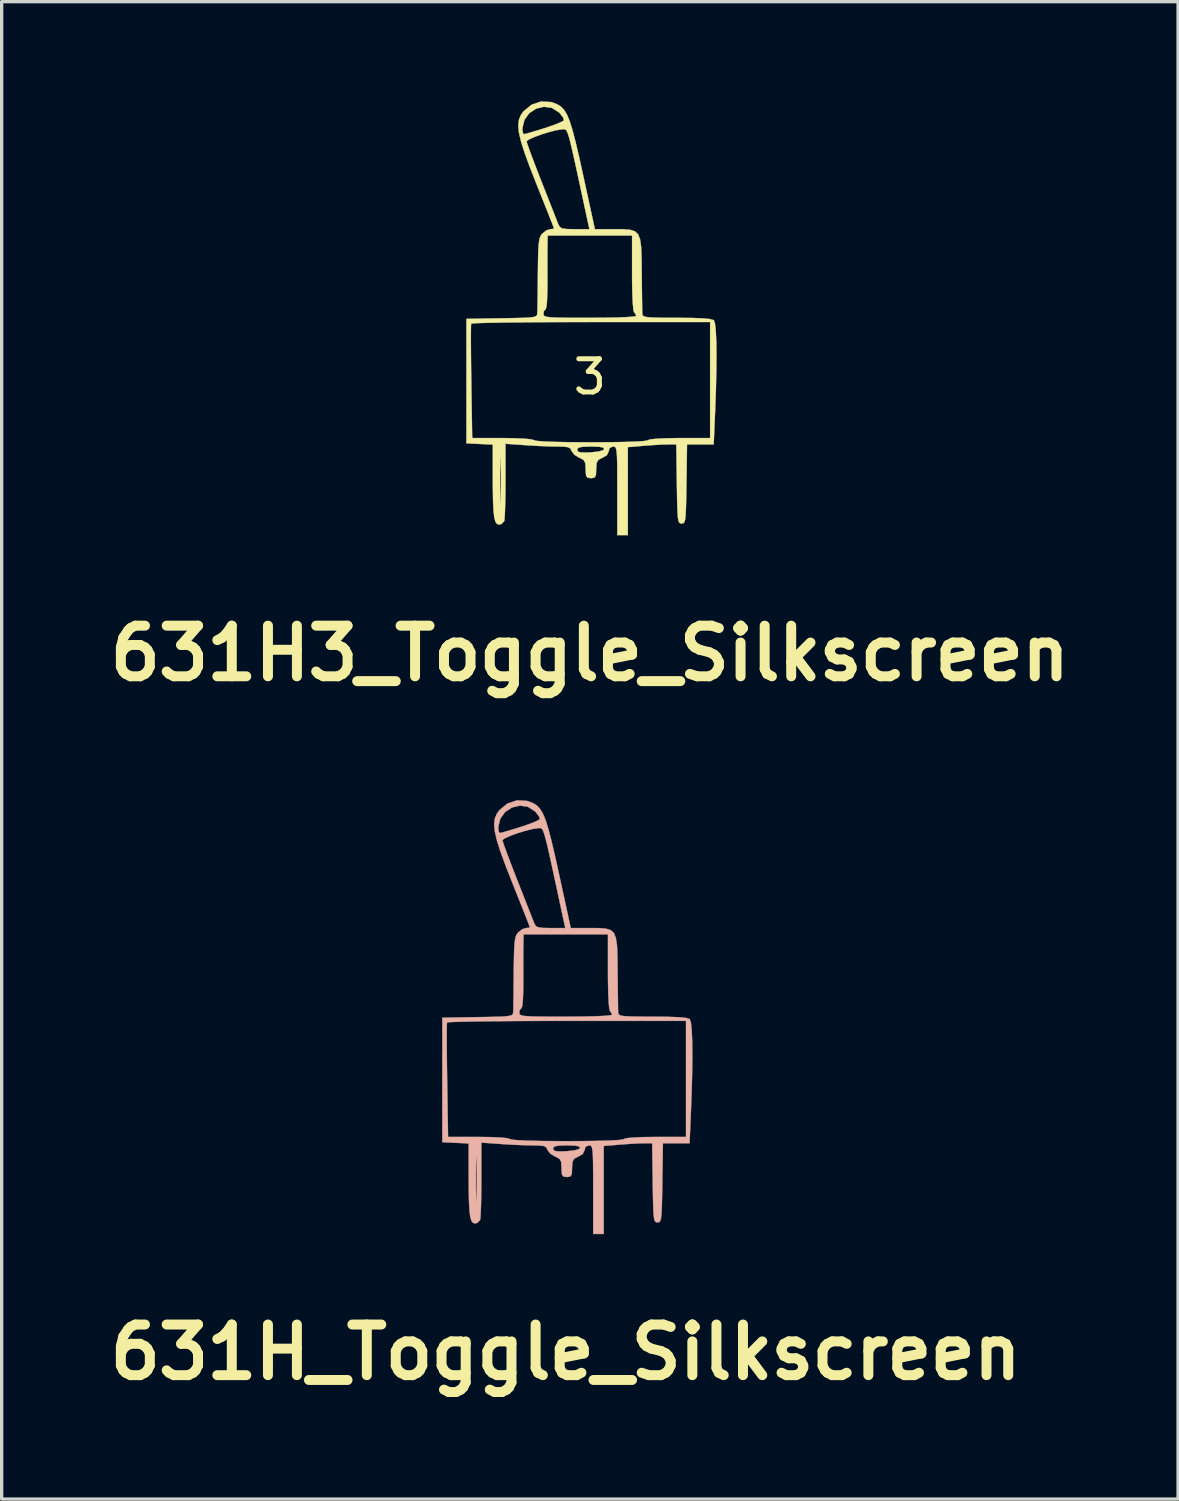
<source format=kicad_pcb>
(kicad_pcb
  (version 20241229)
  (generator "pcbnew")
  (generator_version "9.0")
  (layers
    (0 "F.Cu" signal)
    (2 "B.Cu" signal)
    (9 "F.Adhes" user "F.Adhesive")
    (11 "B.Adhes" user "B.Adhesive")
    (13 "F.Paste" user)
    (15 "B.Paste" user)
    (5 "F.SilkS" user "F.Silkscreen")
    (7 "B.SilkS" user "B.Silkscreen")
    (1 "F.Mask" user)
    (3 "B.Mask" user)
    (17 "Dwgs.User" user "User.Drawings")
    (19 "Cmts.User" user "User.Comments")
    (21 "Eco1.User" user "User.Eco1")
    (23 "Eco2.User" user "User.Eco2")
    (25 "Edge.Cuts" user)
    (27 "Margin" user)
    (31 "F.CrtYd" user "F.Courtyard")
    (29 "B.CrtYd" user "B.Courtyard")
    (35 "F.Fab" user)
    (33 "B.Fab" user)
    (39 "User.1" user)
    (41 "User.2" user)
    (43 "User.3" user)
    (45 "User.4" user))
  (footprint "631H3_Toggle_Silkscreen"
    (layer "F.Cu")
    (at 14.703 6.515)
    (property "Reference" "631H3_Toggle_Silkscreen" (at 0 10.1 0) (layer "F.SilkS") (effects (font (size 1.524 1.524) (thickness 0.3))))
    (attr through_hole board_only exclude_from_pos_files exclude_from_bom)
    (fp_poly (pts (xy -1.168 -6.494) (xy -1.119 -6.479) (xy -0.985 -6.427) (xy -0.873 -6.359) (xy -0.776 -6.259) (xy -0.689 -6.116) (xy -0.606 -5.915) (xy -0.521 -5.642) (xy -0.428 -5.284) (xy -0.321 -4.828) (xy -0.211 -4.329) (xy 0.151 -2.667) (xy 0.732 -2.667) (xy 1.003 -2.666) (xy 1.206 -2.65) (xy 1.352 -2.606) (xy 1.45 -2.516) (xy 1.51 -2.366) (xy 1.543 -2.138) (xy 1.556 -1.817) (xy 1.561 -1.388) (xy 1.562 -1.312) (xy 1.565 -0.946) (xy 1.569 -0.619) (xy 1.573 -0.354) (xy 1.576 -0.175) (xy 1.579 -0.111) (xy 1.592 -0.07) (xy 1.637 -0.04) (xy 1.731 -0.02) (xy 1.892 -0.008) (xy 2.138 -0.002) (xy 2.488 -0.000087) (xy 2.623 0) (xy 3.068 0.004) (xy 3.395 0.016) (xy 3.61 0.037) (xy 3.721 0.067) (xy 3.734 0.076) (xy 3.766 0.175) (xy 3.79 0.389) (xy 3.805 0.707) (xy 3.81 1.119) (xy 3.806 1.613) (xy 3.793 2.178) (xy 3.77 2.803) (xy 3.768 2.847) (xy 3.727 3.81) (xy 2.924 3.81) (xy 2.907 5.001) (xy 2.9 5.417) (xy 2.892 5.722) (xy 2.882 5.935) (xy 2.867 6.071) (xy 2.845 6.148) (xy 2.814 6.183) (xy 2.772 6.191) (xy 2.762 6.191) (xy 2.718 6.186) (xy 2.685 6.158) (xy 2.661 6.09) (xy 2.645 5.967) (xy 2.634 5.77) (xy 2.626 5.483) (xy 2.619 5.089) (xy 2.618 5.001) (xy 2.601 3.81) (xy 2.358 3.81) (xy 2.172 3.815) (xy 1.914 3.83) (xy 1.639 3.85) (xy 1.629 3.851) (xy 1.143 3.892) (xy 1.143 6.54) (xy 0.826 6.54) (xy 0.826 5.207) (xy 0.825 4.764) (xy 0.823 4.431) (xy 0.817 4.194) (xy 0.806 4.035) (xy 0.789 3.94) (xy 0.763 3.892) (xy 0.728 3.875) (xy 0.699 3.873) (xy 0.593 3.917) (xy 0.572 4.006) (xy 0.512 4.135) (xy 0.381 4.21) (xy 0.26 4.271) (xy 0.205 4.359) (xy 0.191 4.522) (xy 0.191 4.554) (xy 0.183 4.725) (xy 0.147 4.804) (xy 0.063 4.825) (xy 0.032 4.826) (xy -0.068 4.813) (xy -0.114 4.752) (xy -0.127 4.608) (xy -0.127 4.554) (xy -0.137 4.377) (xy -0.185 4.281) (xy -0.296 4.219) (xy -0.322 4.209) (xy -0.469 4.12) (xy -0.551 4.007) (xy -0.552 4.004) (xy -0.568 3.972) (xy -0.381 3.972) (xy -0.358 4.026) (xy -0.273 4.052) (xy -0.098 4.055) (xy 0.011 4.051) (xy 0.25 4.027) (xy 0.395 3.985) (xy 0.429 3.953) (xy 0.406 3.908) (xy 0.289 3.882) (xy 0.064 3.874) (xy 0.037 3.873) (xy -0.195 3.879) (xy -0.324 3.901) (xy -0.376 3.944) (xy -0.381 3.972) (xy -0.568 3.972) (xy -0.587 3.932) (xy -0.663 3.892) (xy -0.813 3.876) (xy -0.982 3.873) (xy -1.236 3.869) (xy -1.557 3.856) (xy -1.885 3.837) (xy -1.959 3.832) (xy -2.54 3.791) (xy -2.54 4.907) (xy -2.542 5.276) (xy -2.548 5.605) (xy -2.557 5.872) (xy -2.568 6.054) (xy -2.579 6.123) (xy -2.667 6.209) (xy -2.729 6.223) (xy -2.793 6.205) (xy -2.841 6.14) (xy -2.876 6.015) (xy -2.9 5.815) (xy -2.914 5.526) (xy -2.92 5.133) (xy -2.921 4.889) (xy -2.704 4.889) (xy -2.703 5.205) (xy -2.7 5.429) (xy -2.696 5.553) (xy -2.69 5.568) (xy -2.684 5.466) (xy -2.683 5.445) (xy -2.676 5.093) (xy -2.675 4.699) (xy -2.683 4.344) (xy -2.683 4.334) (xy -2.69 4.217) (xy -2.695 4.218) (xy -2.7 4.33) (xy -2.703 4.542) (xy -2.704 4.846) (xy -2.704 4.889) (xy -2.921 4.889) (xy -2.921 4.821) (xy -2.921 3.816) (xy -3.715 3.778) (xy -3.715 0.709) (xy -3.581 0.709) (xy -3.579 1.061) (xy -3.575 1.472) (xy -3.569 1.921) (xy -3.542 3.619) (xy -2.632 3.619) (xy -2.272 3.624) (xy -1.983 3.636) (xy -1.782 3.655) (xy -1.687 3.679) (xy -1.683 3.683) (xy -1.607 3.703) (xy -1.412 3.72) (xy -1.107 3.733) (xy -0.698 3.742) (xy -0.194 3.746) (xy 0.032 3.747) (xy 0.571 3.744) (xy 1.018 3.737) (xy 1.366 3.726) (xy 1.606 3.711) (xy 1.731 3.692) (xy 1.746 3.683) (xy 1.823 3.658) (xy 2.01 3.639) (xy 2.288 3.625) (xy 2.639 3.62) (xy 2.702 3.619) (xy 3.619 3.619) (xy 3.619 0.127) (xy 0.035 0.127) (xy -0.627 0.128) (xy -1.25 0.13) (xy -1.824 0.134) (xy -2.335 0.139) (xy -2.774 0.145) (xy -3.128 0.152) (xy -3.386 0.16) (xy -3.537 0.168) (xy -3.572 0.175) (xy -3.578 0.248) (xy -3.581 0.432) (xy -3.581 0.709) (xy -3.715 0.709) (xy -3.715 0.032) (xy -2.651 0.014) (xy -2.261 0.007) (xy -1.981 -0.000256) (xy -1.791 -0.011) (xy -1.674 -0.029) (xy -1.612 -0.055) (xy -1.587 -0.093) (xy -1.583 -0.127) (xy -1.397 -0.127) (xy -1.392 -0.086) (xy -1.368 -0.054) (xy -1.308 -0.032) (xy -1.198 -0.017) (xy -1.021 -0.007) (xy -0.761 -0.002) (xy -0.404 -0.000301) (xy 0 0) (xy 0.45 -0.003) (xy 0.827 -0.01) (xy 1.119 -0.022) (xy 1.313 -0.037) (xy 1.395 -0.056) (xy 1.397 -0.06) (xy 1.351 -0.146) (xy 1.333 -0.159) (xy 1.31 -0.236) (xy 1.292 -0.426) (xy 1.278 -0.716) (xy 1.271 -1.093) (xy 1.27 -1.337) (xy 1.27 -2.477) (xy -1.27 -2.477) (xy -1.275 -2.207) (xy -1.277 -2.04) (xy -1.278 -1.78) (xy -1.278 -1.462) (xy -1.277 -1.121) (xy -1.277 -1.095) (xy -1.28 -0.749) (xy -1.291 -0.483) (xy -1.31 -0.313) (xy -1.335 -0.254) (xy -1.385 -0.201) (xy -1.397 -0.127) (xy -1.583 -0.127) (xy -1.581 -0.144) (xy -1.578 -0.254) (xy -1.575 -0.465) (xy -1.571 -0.755) (xy -1.567 -1.097) (xy -1.565 -1.343) (xy -1.56 -1.739) (xy -1.552 -2.028) (xy -1.539 -2.231) (xy -1.518 -2.367) (xy -1.488 -2.457) (xy -1.445 -2.522) (xy -1.435 -2.533) (xy -1.306 -2.633) (xy -1.197 -2.667) (xy -1.099 -2.677) (xy -1.079 -2.689) (xy -1.102 -2.751) (xy -1.165 -2.915) (xy -1.262 -3.161) (xy -1.386 -3.474) (xy -1.531 -3.836) (xy -1.599 -4.006) (xy -1.807 -4.536) (xy -1.964 -4.965) (xy -2.073 -5.308) (xy -2.073 -5.309) (xy -1.905 -5.309) (xy -1.882 -5.231) (xy -1.82 -5.054) (xy -1.725 -4.797) (xy -1.604 -4.481) (xy -1.466 -4.125) (xy -1.454 -4.096) (xy -1.31 -3.731) (xy -1.18 -3.399) (xy -1.07 -3.121) (xy -0.991 -2.918) (xy -0.949 -2.812) (xy -0.948 -2.81) (xy -0.906 -2.734) (xy -0.833 -2.691) (xy -0.698 -2.672) (xy -0.47 -2.667) (xy -0.453 -2.667) (xy -0.014 -2.667) (xy -0.168 -3.381) (xy -0.296 -3.977) (xy -0.401 -4.461) (xy -0.485 -4.843) (xy -0.552 -5.137) (xy -0.605 -5.353) (xy -0.649 -5.503) (xy -0.685 -5.599) (xy -0.718 -5.652) (xy -0.752 -5.674) (xy -0.789 -5.677) (xy -0.833 -5.672) (xy -0.846 -5.671) (xy -1.019 -5.644) (xy -1.236 -5.588) (xy -1.466 -5.517) (xy -1.676 -5.44) (xy -1.833 -5.369) (xy -1.904 -5.315) (xy -1.905 -5.309) (xy -2.073 -5.309) (xy -2.136 -5.579) (xy -2.145 -5.68) (xy -2.032 -5.68) (xy -2.015 -5.563) (xy -1.984 -5.526) (xy -1.907 -5.544) (xy -1.737 -5.593) (xy -1.506 -5.663) (xy -1.369 -5.706) (xy -1.12 -5.79) (xy -0.921 -5.867) (xy -0.801 -5.927) (xy -0.78 -5.948) (xy -0.807 -6.03) (xy -0.9 -6.152) (xy -0.928 -6.181) (xy -1.142 -6.318) (xy -1.381 -6.352) (xy -1.617 -6.295) (xy -1.823 -6.16) (xy -1.97 -5.958) (xy -2.032 -5.704) (xy -2.032 -5.68) (xy -2.145 -5.68) (xy -2.156 -5.792) (xy -2.135 -5.962) (xy -2.077 -6.103) (xy -2.001 -6.211) (xy -1.757 -6.413) (xy -1.469 -6.51) (xy -1.168 -6.494)) (stroke (width 0.01) (type solid)) (fill yes) (layer "F.SilkS"))
    (fp_text user "3" (at 0 1.778 0) (layer "F.SilkS") (effects (font (size 1 1) (thickness 0.15)))))
  (footprint "631H_Toggle_Silkscreen"
    (layer "F.Cu")
    (at 13.977 27.548)
    (property "Reference" "631H_Toggle_Silkscreen" (at 0 10.1 0) (layer "F.SilkS") (effects (font (size 1.524 1.524) (thickness 0.3))))
    (attr through_hole board_only exclude_from_pos_files exclude_from_bom)
    (fp_poly (pts (xy -1.168 -6.494) (xy -1.119 -6.479) (xy -0.985 -6.427) (xy -0.873 -6.359) (xy -0.776 -6.259) (xy -0.689 -6.116) (xy -0.606 -5.915) (xy -0.521 -5.642) (xy -0.428 -5.284) (xy -0.321 -4.828) (xy -0.211 -4.329) (xy 0.151 -2.667) (xy 0.732 -2.667) (xy 1.003 -2.666) (xy 1.206 -2.65) (xy 1.352 -2.606) (xy 1.45 -2.516) (xy 1.51 -2.366) (xy 1.543 -2.138) (xy 1.556 -1.817) (xy 1.561 -1.388) (xy 1.562 -1.312) (xy 1.565 -0.946) (xy 1.569 -0.619) (xy 1.573 -0.354) (xy 1.576 -0.175) (xy 1.579 -0.111) (xy 1.592 -0.07) (xy 1.637 -0.04) (xy 1.731 -0.02) (xy 1.892 -0.008) (xy 2.138 -0.002) (xy 2.488 -0.000087) (xy 2.623 0) (xy 3.068 0.004) (xy 3.395 0.016) (xy 3.61 0.037) (xy 3.721 0.067) (xy 3.734 0.076) (xy 3.766 0.175) (xy 3.79 0.389) (xy 3.805 0.707) (xy 3.81 1.119) (xy 3.806 1.613) (xy 3.793 2.178) (xy 3.77 2.803) (xy 3.768 2.847) (xy 3.727 3.81) (xy 2.924 3.81) (xy 2.907 5.001) (xy 2.9 5.417) (xy 2.892 5.722) (xy 2.882 5.935) (xy 2.867 6.071) (xy 2.845 6.148) (xy 2.814 6.183) (xy 2.772 6.191) (xy 2.762 6.191) (xy 2.718 6.186) (xy 2.685 6.158) (xy 2.661 6.09) (xy 2.645 5.967) (xy 2.634 5.77) (xy 2.626 5.483) (xy 2.619 5.089) (xy 2.618 5.001) (xy 2.601 3.81) (xy 2.358 3.81) (xy 2.172 3.815) (xy 1.914 3.83) (xy 1.639 3.85) (xy 1.629 3.851) (xy 1.143 3.892) (xy 1.143 6.54) (xy 0.826 6.54) (xy 0.826 5.207) (xy 0.825 4.764) (xy 0.823 4.431) (xy 0.817 4.194) (xy 0.806 4.035) (xy 0.789 3.94) (xy 0.763 3.892) (xy 0.728 3.875) (xy 0.699 3.873) (xy 0.593 3.917) (xy 0.572 4.006) (xy 0.512 4.135) (xy 0.381 4.21) (xy 0.26 4.271) (xy 0.205 4.359) (xy 0.191 4.522) (xy 0.191 4.554) (xy 0.183 4.725) (xy 0.147 4.804) (xy 0.063 4.825) (xy 0.032 4.826) (xy -0.068 4.813) (xy -0.114 4.752) (xy -0.127 4.608) (xy -0.127 4.554) (xy -0.137 4.377) (xy -0.185 4.281) (xy -0.296 4.219) (xy -0.322 4.209) (xy -0.469 4.12) (xy -0.551 4.007) (xy -0.552 4.004) (xy -0.568 3.972) (xy -0.381 3.972) (xy -0.358 4.026) (xy -0.273 4.052) (xy -0.098 4.055) (xy 0.011 4.051) (xy 0.25 4.027) (xy 0.395 3.985) (xy 0.429 3.953) (xy 0.406 3.908) (xy 0.289 3.882) (xy 0.064 3.874) (xy 0.037 3.873) (xy -0.195 3.879) (xy -0.324 3.901) (xy -0.376 3.944) (xy -0.381 3.972) (xy -0.568 3.972) (xy -0.587 3.932) (xy -0.663 3.892) (xy -0.813 3.876) (xy -0.982 3.873) (xy -1.236 3.869) (xy -1.557 3.856) (xy -1.885 3.837) (xy -1.959 3.832) (xy -2.54 3.791) (xy -2.54 4.907) (xy -2.542 5.276) (xy -2.548 5.605) (xy -2.557 5.872) (xy -2.568 6.054) (xy -2.579 6.123) (xy -2.667 6.209) (xy -2.729 6.223) (xy -2.793 6.205) (xy -2.841 6.14) (xy -2.876 6.015) (xy -2.9 5.815) (xy -2.914 5.526) (xy -2.92 5.133) (xy -2.921 4.889) (xy -2.704 4.889) (xy -2.703 5.205) (xy -2.7 5.429) (xy -2.696 5.553) (xy -2.69 5.568) (xy -2.684 5.466) (xy -2.683 5.445) (xy -2.676 5.093) (xy -2.675 4.699) (xy -2.683 4.344) (xy -2.683 4.334) (xy -2.69 4.217) (xy -2.695 4.218) (xy -2.7 4.33) (xy -2.703 4.542) (xy -2.704 4.846) (xy -2.704 4.889) (xy -2.921 4.889) (xy -2.921 4.821) (xy -2.921 3.816) (xy -3.715 3.778) (xy -3.715 0.709) (xy -3.581 0.709) (xy -3.579 1.061) (xy -3.575 1.472) (xy -3.569 1.921) (xy -3.542 3.619) (xy -2.632 3.619) (xy -2.272 3.624) (xy -1.983 3.636) (xy -1.782 3.655) (xy -1.687 3.679) (xy -1.683 3.683) (xy -1.607 3.703) (xy -1.412 3.72) (xy -1.107 3.733) (xy -0.698 3.742) (xy -0.194 3.746) (xy 0.032 3.747) (xy 0.571 3.744) (xy 1.018 3.737) (xy 1.366 3.726) (xy 1.606 3.711) (xy 1.731 3.692) (xy 1.746 3.683) (xy 1.823 3.658) (xy 2.01 3.639) (xy 2.288 3.625) (xy 2.639 3.62) (xy 2.702 3.619) (xy 3.619 3.619) (xy 3.619 0.127) (xy 0.035 0.127) (xy -0.627 0.128) (xy -1.25 0.13) (xy -1.824 0.134) (xy -2.335 0.139) (xy -2.774 0.145) (xy -3.128 0.152) (xy -3.386 0.16) (xy -3.537 0.168) (xy -3.572 0.175) (xy -3.578 0.248) (xy -3.581 0.432) (xy -3.581 0.709) (xy -3.715 0.709) (xy -3.715 0.032) (xy -2.651 0.014) (xy -2.261 0.007) (xy -1.981 -0.000256) (xy -1.791 -0.011) (xy -1.674 -0.029) (xy -1.612 -0.055) (xy -1.587 -0.093) (xy -1.583 -0.127) (xy -1.397 -0.127) (xy -1.392 -0.086) (xy -1.368 -0.054) (xy -1.308 -0.032) (xy -1.198 -0.017) (xy -1.021 -0.007) (xy -0.761 -0.002) (xy -0.404 -0.000301) (xy 0 0) (xy 0.45 -0.003) (xy 0.827 -0.01) (xy 1.119 -0.022) (xy 1.313 -0.037) (xy 1.395 -0.056) (xy 1.397 -0.06) (xy 1.351 -0.146) (xy 1.333 -0.159) (xy 1.31 -0.236) (xy 1.292 -0.426) (xy 1.278 -0.716) (xy 1.271 -1.093) (xy 1.27 -1.337) (xy 1.27 -2.477) (xy -1.27 -2.477) (xy -1.275 -2.207) (xy -1.277 -2.04) (xy -1.278 -1.78) (xy -1.278 -1.462) (xy -1.277 -1.121) (xy -1.277 -1.095) (xy -1.28 -0.749) (xy -1.291 -0.483) (xy -1.31 -0.313) (xy -1.335 -0.254) (xy -1.385 -0.201) (xy -1.397 -0.127) (xy -1.583 -0.127) (xy -1.581 -0.144) (xy -1.578 -0.254) (xy -1.575 -0.465) (xy -1.571 -0.755) (xy -1.567 -1.097) (xy -1.565 -1.343) (xy -1.56 -1.739) (xy -1.552 -2.028) (xy -1.539 -2.231) (xy -1.518 -2.367) (xy -1.488 -2.457) (xy -1.445 -2.522) (xy -1.435 -2.533) (xy -1.306 -2.633) (xy -1.197 -2.667) (xy -1.099 -2.677) (xy -1.079 -2.689) (xy -1.102 -2.751) (xy -1.165 -2.915) (xy -1.262 -3.161) (xy -1.386 -3.474) (xy -1.531 -3.836) (xy -1.599 -4.006) (xy -1.807 -4.536) (xy -1.964 -4.965) (xy -2.073 -5.308) (xy -2.073 -5.309) (xy -1.905 -5.309) (xy -1.882 -5.231) (xy -1.82 -5.054) (xy -1.725 -4.797) (xy -1.604 -4.481) (xy -1.466 -4.125) (xy -1.454 -4.096) (xy -1.31 -3.731) (xy -1.18 -3.399) (xy -1.07 -3.121) (xy -0.991 -2.918) (xy -0.949 -2.812) (xy -0.948 -2.81) (xy -0.906 -2.734) (xy -0.833 -2.691) (xy -0.698 -2.672) (xy -0.47 -2.667) (xy -0.453 -2.667) (xy -0.014 -2.667) (xy -0.168 -3.381) (xy -0.296 -3.977) (xy -0.401 -4.461) (xy -0.485 -4.843) (xy -0.552 -5.137) (xy -0.605 -5.353) (xy -0.649 -5.503) (xy -0.685 -5.599) (xy -0.718 -5.652) (xy -0.752 -5.674) (xy -0.789 -5.677) (xy -0.833 -5.672) (xy -0.846 -5.671) (xy -1.019 -5.644) (xy -1.236 -5.588) (xy -1.466 -5.517) (xy -1.676 -5.44) (xy -1.833 -5.369) (xy -1.904 -5.315) (xy -1.905 -5.309) (xy -2.073 -5.309) (xy -2.136 -5.579) (xy -2.145 -5.68) (xy -2.032 -5.68) (xy -2.015 -5.563) (xy -1.984 -5.526) (xy -1.907 -5.544) (xy -1.737 -5.593) (xy -1.506 -5.663) (xy -1.369 -5.706) (xy -1.12 -5.79) (xy -0.921 -5.867) (xy -0.801 -5.927) (xy -0.78 -5.948) (xy -0.807 -6.03) (xy -0.9 -6.152) (xy -0.928 -6.181) (xy -1.142 -6.318) (xy -1.381 -6.352) (xy -1.617 -6.295) (xy -1.823 -6.16) (xy -1.97 -5.958) (xy -2.032 -5.704) (xy -2.032 -5.68) (xy -2.145 -5.68) (xy -2.156 -5.792) (xy -2.135 -5.962) (xy -2.077 -6.103) (xy -2.001 -6.211) (xy -1.757 -6.413) (xy -1.469 -6.51) (xy -1.168 -6.494)) (stroke (width 0.01) (type solid)) (fill yes) (layer "B.SilkS")))
  (gr_rect
    (start -3 -3)
    (end 32.406 42.066)
    (stroke (width 0.1) (type default))
    (fill no)
    (layer "Edge.Cuts")))
</source>
